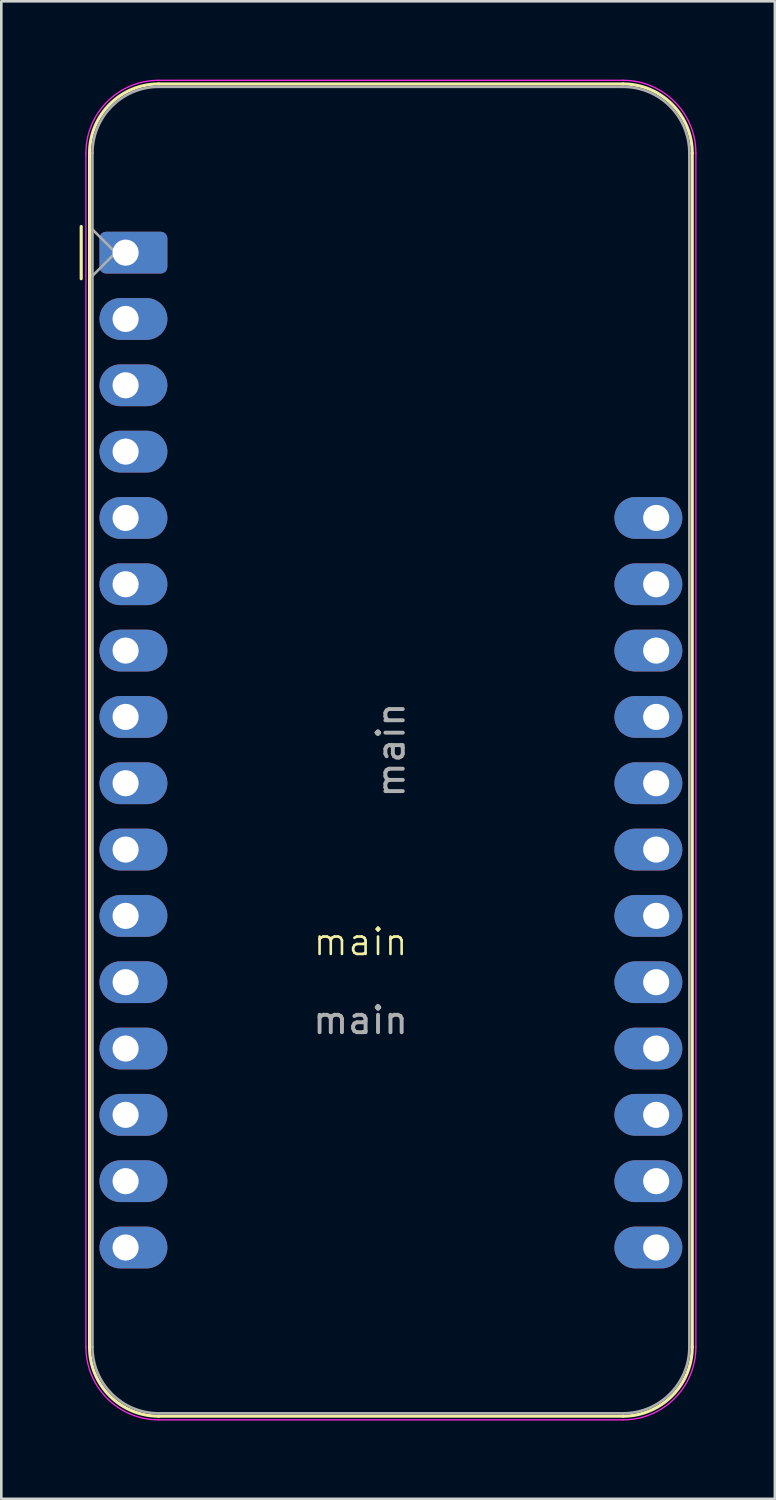
<source format=kicad_pcb>
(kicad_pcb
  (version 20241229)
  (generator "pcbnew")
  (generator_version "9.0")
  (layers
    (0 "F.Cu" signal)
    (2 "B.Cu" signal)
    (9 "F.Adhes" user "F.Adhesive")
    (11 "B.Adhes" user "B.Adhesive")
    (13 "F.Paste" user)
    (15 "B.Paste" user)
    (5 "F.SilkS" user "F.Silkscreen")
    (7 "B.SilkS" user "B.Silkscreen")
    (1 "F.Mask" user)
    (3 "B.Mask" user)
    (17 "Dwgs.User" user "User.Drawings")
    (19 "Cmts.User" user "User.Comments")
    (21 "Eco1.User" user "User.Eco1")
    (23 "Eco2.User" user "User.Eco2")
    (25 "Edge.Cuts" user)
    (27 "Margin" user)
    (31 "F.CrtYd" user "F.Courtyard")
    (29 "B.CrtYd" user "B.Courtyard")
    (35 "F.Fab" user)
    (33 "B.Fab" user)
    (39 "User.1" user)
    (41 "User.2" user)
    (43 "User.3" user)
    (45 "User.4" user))
  (footprint "main"
    (layer "F.Cu")
    (at 10.76 33.525)
    (property "Reference" "main" (at 0 -0.5 0) (unlocked yes) (layer "F.SilkS") (effects (font (size 1 1) (thickness 0.1))))
    (attr smd)
    (fp_line (start -10.7 -25.9) (end -10.7 -27.9) (stroke (width 0.12) (type solid)) (layer "F.SilkS"))
    (fp_line (start -10.38 -30.71) (end -10.38 15.01) (stroke (width 0.12) (type solid)) (layer "F.SilkS"))
    (fp_line (start 10.05 -33.36) (end -7.73 -33.36) (stroke (width 0.12) (type solid)) (layer "F.SilkS"))
    (fp_line (start 10.05 17.66) (end -7.73 17.66) (stroke (width 0.12) (type solid)) (layer "F.SilkS"))
    (fp_line (start 12.7 -30.71) (end 12.7 15.01) (stroke (width 0.12) (type solid)) (layer "F.SilkS"))
    (fp_arc (start -10.38 -30.71) (mid -9.603833 -32.583833) (end -7.73 -33.36) (stroke (width 0.12) (type solid)) (layer "F.SilkS"))
    (fp_arc (start -7.73 17.66) (mid -9.603833 16.883833) (end -10.38 15.01) (stroke (width 0.12) (type solid)) (layer "F.SilkS"))
    (fp_arc (start 10.05 -33.36) (mid 11.923833 -32.583833) (end 12.7 -30.71) (stroke (width 0.12) (type solid)) (layer "F.SilkS"))
    (fp_arc (start 12.7 15.01) (mid 11.923833 16.883833) (end 10.05 17.66) (stroke (width 0.12) (type solid)) (layer "F.SilkS"))
    (fp_line (start -10.52 15.01) (end -10.52 -30.71) (stroke (width 0.05) (type solid)) (layer "F.CrtYd"))
    (fp_line (start 10.05 -33.5) (end -7.73 -33.5) (stroke (width 0.05) (type solid)) (layer "F.CrtYd"))
    (fp_line (start 10.05 17.8) (end -7.73 17.8) (stroke (width 0.05) (type solid)) (layer "F.CrtYd"))
    (fp_line (start 12.84 15.01) (end 12.84 -30.71) (stroke (width 0.05) (type solid)) (layer "F.CrtYd"))
    (fp_arc (start -10.52 -30.71) (mid -9.702828 -32.682828) (end -7.73 -33.5) (stroke (width 0.05) (type solid)) (layer "F.CrtYd"))
    (fp_arc (start -7.73 17.8) (mid -9.702828 16.982828) (end -10.52 15.01) (stroke (width 0.05) (type solid)) (layer "F.CrtYd"))
    (fp_arc (start 10.05 -33.5) (mid 12.022828 -32.682828) (end 12.84 -30.71) (stroke (width 0.05) (type solid)) (layer "F.CrtYd"))
    (fp_arc (start 12.84 15.01) (mid 12.022828 16.982828) (end 10.05 17.8) (stroke (width 0.05) (type solid)) (layer "F.CrtYd"))
    (fp_line (start -10.27 -30.71) (end -10.27 15.01) (stroke (width 0.1) (type solid)) (layer "F.Fab"))
    (fp_line (start -10.27 -27.789) (end -9.381 -26.9) (stroke (width 0.1) (type solid)) (layer "F.Fab"))
    (fp_line (start -9.381 -26.9) (end -10.27 -26.011) (stroke (width 0.1) (type solid)) (layer "F.Fab"))
    (fp_line (start -7.73 17.55) (end 10.05 17.55) (stroke (width 0.1) (type solid)) (layer "F.Fab"))
    (fp_line (start 10.05 -33.25) (end -7.73 -33.25) (stroke (width 0.1) (type solid)) (layer "F.Fab"))
    (fp_line (start 12.59 15.01) (end 12.59 -30.71) (stroke (width 0.1) (type solid)) (layer "F.Fab"))
    (fp_arc (start -10.27 -30.71) (mid -9.526051 -32.506051) (end -7.73 -33.25) (stroke (width 0.1) (type solid)) (layer "F.Fab"))
    (fp_arc (start -7.778762 17.549532) (mid -9.543209 16.788728) (end -10.27 15.01) (stroke (width 0.1) (type solid)) (layer "F.Fab"))
    (fp_arc (start 10.05 -33.25) (mid 11.846051 -32.506051) (end 12.59 -30.71) (stroke (width 0.1) (type solid)) (layer "F.Fab"))
    (fp_arc (start 12.59 15.01) (mid 11.846051 16.806051) (end 10.05 17.55) (stroke (width 0.1) (type solid)) (layer "F.Fab"))
    (fp_text user "${REFERENCE}" (at 1.16 -7.85 270) (layer "F.Fab") (effects (font (size 1 1) (thickness 0.15))))
    (fp_text user "${REFERENCE}" (at 0 2.5 0) (unlocked yes) (layer "F.Fab") (effects (font (size 1 1) (thickness 0.15))))
    (pad "1" thru_hole roundrect (at -9 -26.9) (size 2.6 1.6) (drill 1 (offset 0.3 0)) (layers "*.Cu" "*.Mask") (roundrect_rratio 0.156))
    (pad "2" thru_hole oval (at -9 -24.36) (size 2.6 1.6) (drill 1 (offset 0.3 0)) (layers "*.Cu" "*.Mask"))
    (pad "3" thru_hole oval (at -9 -21.82) (size 2.6 1.6) (drill 1 (offset 0.3 0)) (layers "*.Cu" "*.Mask"))
    (pad "4" thru_hole oval (at -9 -19.28) (size 2.6 1.6) (drill 1 (offset 0.3 0)) (layers "*.Cu" "*.Mask"))
    (pad "5" thru_hole oval (at -9 -16.74) (size 2.6 1.6) (drill 1 (offset 0.3 0)) (layers "*.Cu" "*.Mask"))
    (pad "6" thru_hole oval (at -9 -14.2) (size 2.6 1.6) (drill 1 (offset 0.3 0)) (layers "*.Cu" "*.Mask"))
    (pad "7" thru_hole oval (at -9 -11.66) (size 2.6 1.6) (drill 1 (offset 0.3 0)) (layers "*.Cu" "*.Mask"))
    (pad "8" thru_hole oval (at -9 -9.12) (size 2.6 1.6) (drill 1 (offset 0.3 0)) (layers "*.Cu" "*.Mask"))
    (pad "9" thru_hole oval (at -9 -6.58) (size 2.6 1.6) (drill 1 (offset 0.3 0)) (layers "*.Cu" "*.Mask"))
    (pad "10" thru_hole oval (at -9 -4.04) (size 2.6 1.6) (drill 1 (offset 0.3 0)) (layers "*.Cu" "*.Mask"))
    (pad "11" thru_hole oval (at -9 -1.5) (size 2.6 1.6) (drill 1 (offset 0.3 0)) (layers "*.Cu" "*.Mask"))
    (pad "12" thru_hole oval (at -9 1.04) (size 2.6 1.6) (drill 1 (offset 0.3 0)) (layers "*.Cu" "*.Mask"))
    (pad "13" thru_hole oval (at -9 3.58) (size 2.6 1.6) (drill 1 (offset 0.3 0)) (layers "*.Cu" "*.Mask"))
    (pad "14" thru_hole oval (at -9 6.12) (size 2.6 1.6) (drill 1 (offset 0.3 0)) (layers "*.Cu" "*.Mask"))
    (pad "15" thru_hole oval (at -9 8.66) (size 2.6 1.6) (drill 1 (offset 0.3 0)) (layers "*.Cu" "*.Mask"))
    (pad "16" thru_hole oval (at -9 11.2) (size 2.6 1.6) (drill 1 (offset 0.3 0)) (layers "*.Cu" "*.Mask"))
    (pad "17" thru_hole oval (at 11.32 11.2 180) (size 2.6 1.6) (drill 1 (offset 0.3 0)) (layers "*.Cu" "*.Mask"))
    (pad "18" thru_hole oval (at 11.32 8.66 180) (size 2.6 1.6) (drill 1 (offset 0.3 0)) (layers "*.Cu" "*.Mask"))
    (pad "19" thru_hole oval (at 11.32 6.12 180) (size 2.6 1.6) (drill 1 (offset 0.3 0)) (layers "*.Cu" "*.Mask"))
    (pad "20" thru_hole oval (at 11.32 3.58 180) (size 2.6 1.6) (drill 1 (offset 0.3 0)) (layers "*.Cu" "*.Mask"))
    (pad "21" thru_hole oval (at 11.32 1.04 180) (size 2.6 1.6) (drill 1 (offset 0.3 0)) (layers "*.Cu" "*.Mask"))
    (pad "22" thru_hole oval (at 11.32 -1.5 180) (size 2.6 1.6) (drill 1 (offset 0.3 0)) (layers "*.Cu" "*.Mask"))
    (pad "23" thru_hole oval (at 11.32 -4.04 180) (size 2.6 1.6) (drill 1 (offset 0.3 0)) (layers "*.Cu" "*.Mask"))
    (pad "24" thru_hole oval (at 11.32 -6.58 180) (size 2.6 1.6) (drill 1 (offset 0.3 0)) (layers "*.Cu" "*.Mask"))
    (pad "25" thru_hole oval (at 11.32 -9.12 180) (size 2.6 1.6) (drill 1 (offset 0.3 0)) (layers "*.Cu" "*.Mask"))
    (pad "26" thru_hole oval (at 11.32 -11.66 180) (size 2.6 1.6) (drill 1 (offset 0.3 0)) (layers "*.Cu" "*.Mask"))
    (pad "27" thru_hole oval (at 11.32 -14.2 180) (size 2.6 1.6) (drill 1 (offset 0.3 0)) (layers "*.Cu" "*.Mask"))
    (pad "28" thru_hole oval (at 11.32 -16.74 180) (size 2.6 1.6) (drill 1 (offset 0.3 0)) (layers "*.Cu" "*.Mask")))
  (gr_rect
    (start -3 -3)
    (end 26.625 54.35)
    (stroke (width 0.1) (type default))
    (fill no)
    (layer "Edge.Cuts")))
</source>
